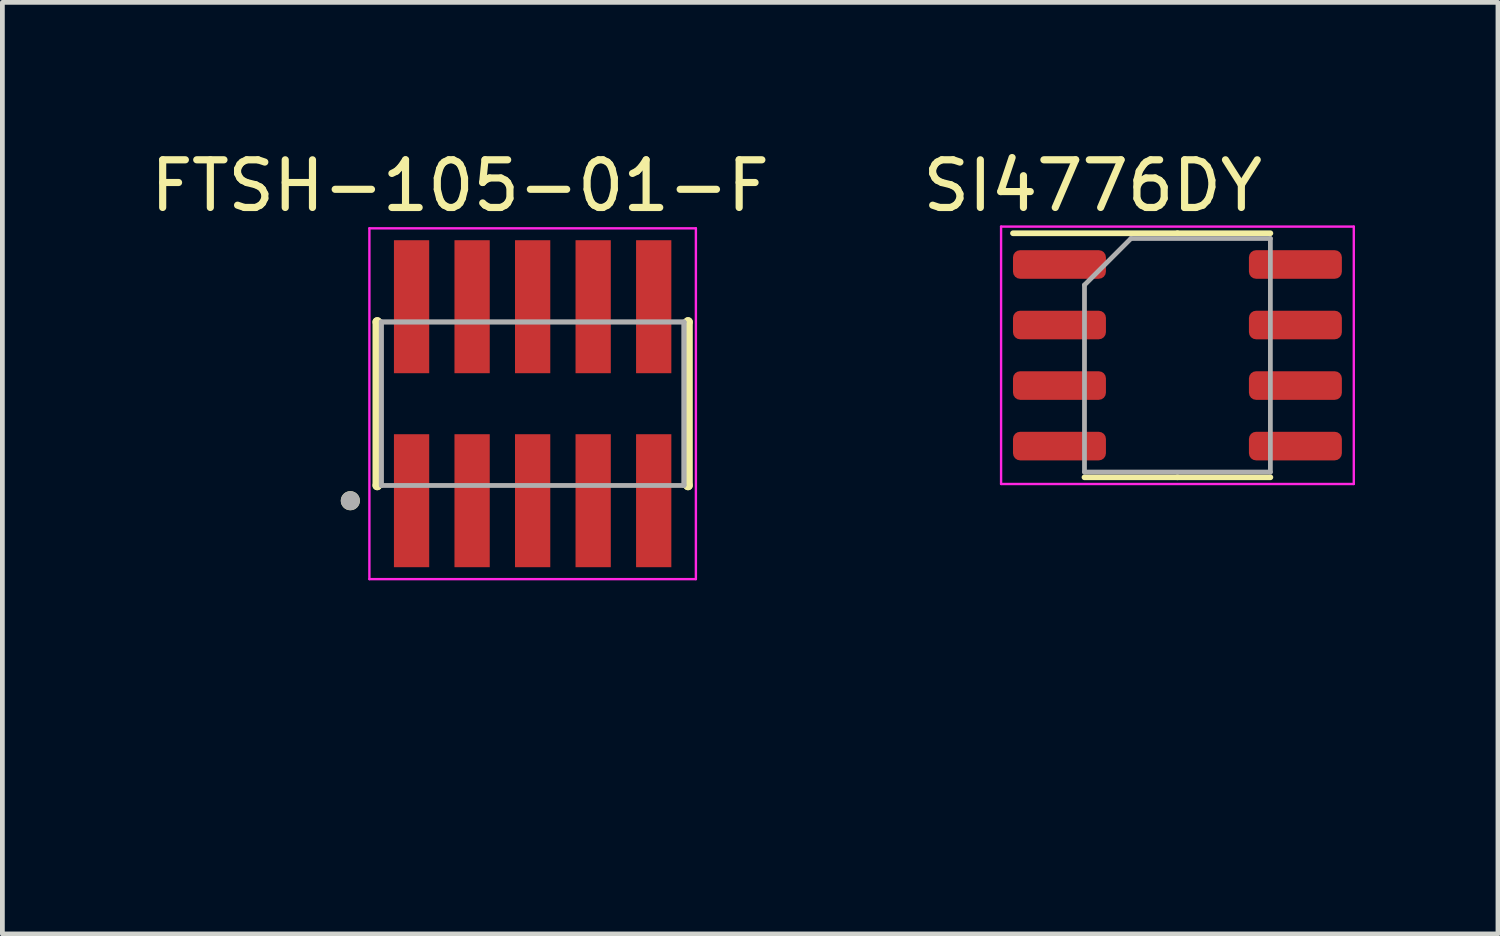
<source format=kicad_pcb>
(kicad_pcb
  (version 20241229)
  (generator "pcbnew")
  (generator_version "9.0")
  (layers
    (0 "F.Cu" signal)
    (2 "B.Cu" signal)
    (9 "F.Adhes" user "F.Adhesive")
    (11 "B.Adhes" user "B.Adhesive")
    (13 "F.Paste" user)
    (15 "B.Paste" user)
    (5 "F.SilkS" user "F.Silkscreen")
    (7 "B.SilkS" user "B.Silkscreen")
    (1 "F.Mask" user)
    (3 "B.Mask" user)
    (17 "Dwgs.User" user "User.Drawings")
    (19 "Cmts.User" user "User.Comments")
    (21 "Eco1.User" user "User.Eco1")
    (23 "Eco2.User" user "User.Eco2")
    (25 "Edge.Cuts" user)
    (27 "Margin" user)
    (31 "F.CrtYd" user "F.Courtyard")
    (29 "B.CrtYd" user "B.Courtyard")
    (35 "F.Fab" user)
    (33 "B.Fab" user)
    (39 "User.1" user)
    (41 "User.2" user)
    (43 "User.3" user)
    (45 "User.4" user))
  (footprint "SI4776DY"
    (layer "F.Cu")
    (at 21.399 8.976)
    (property "Reference" "SI4776DY" (at -1.524 -8.128 0) (layer "F.SilkS") (effects (font (size 1 1) (thickness 0.15))))
    (attr through_hole)
    (fp_line (start 0.254 -7.132) (end -3.196 -7.132) (stroke (width 0.12) (type solid)) (layer "F.SilkS"))
    (fp_line (start 0.254 -7.132) (end 2.204 -7.132) (stroke (width 0.12) (type solid)) (layer "F.SilkS"))
    (fp_line (start 0.254 -2.012) (end -1.696 -2.012) (stroke (width 0.12) (type solid)) (layer "F.SilkS"))
    (fp_line (start 0.254 -2.012) (end 2.204 -2.012) (stroke (width 0.12) (type solid)) (layer "F.SilkS"))
    (fp_line (start -3.446 -7.272) (end -3.446 -1.872) (stroke (width 0.05) (type solid)) (layer "F.CrtYd"))
    (fp_line (start -3.446 -1.872) (end 3.954 -1.872) (stroke (width 0.05) (type solid)) (layer "F.CrtYd"))
    (fp_line (start 3.954 -7.272) (end -3.446 -7.272) (stroke (width 0.05) (type solid)) (layer "F.CrtYd"))
    (fp_line (start 3.954 -1.872) (end 3.954 -7.272) (stroke (width 0.05) (type solid)) (layer "F.CrtYd"))
    (fp_line (start -1.696 -6.047) (end -0.721 -7.022) (stroke (width 0.1) (type solid)) (layer "F.Fab"))
    (fp_line (start -1.696 -2.122) (end -1.696 -6.047) (stroke (width 0.1) (type solid)) (layer "F.Fab"))
    (fp_line (start -0.721 -7.022) (end 2.204 -7.022) (stroke (width 0.1) (type solid)) (layer "F.Fab"))
    (fp_line (start 2.204 -7.022) (end 2.204 -2.122) (stroke (width 0.1) (type solid)) (layer "F.Fab"))
    (fp_line (start 2.204 -2.122) (end -1.696 -2.122) (stroke (width 0.1) (type solid)) (layer "F.Fab"))
    (pad "1" smd roundrect (at 2.729 -6.477) (size 1.95 0.6) (layers "F.Cu" "F.Mask" "F.Paste") (roundrect_rratio 0.25))
    (pad "1" smd roundrect (at 2.729 -5.207) (size 1.95 0.6) (layers "F.Cu" "F.Mask" "F.Paste") (roundrect_rratio 0.25))
    (pad "1" smd roundrect (at 2.729 -3.937) (size 1.95 0.6) (layers "F.Cu" "F.Mask" "F.Paste") (roundrect_rratio 0.25))
    (pad "1" smd roundrect (at 2.729 -2.667) (size 1.95 0.6) (layers "F.Cu" "F.Mask" "F.Paste") (roundrect_rratio 0.25))
    (pad "2" smd roundrect (at -2.221 -2.667) (size 1.95 0.6) (layers "F.Cu" "F.Mask" "F.Paste") (roundrect_rratio 0.25))
    (pad "3" smd roundrect (at -2.221 -6.477) (size 1.95 0.6) (layers "F.Cu" "F.Mask" "F.Paste") (roundrect_rratio 0.25))
    (pad "3" smd roundrect (at -2.221 -5.207) (size 1.95 0.6) (layers "F.Cu" "F.Mask" "F.Paste") (roundrect_rratio 0.25))
    (pad "3" smd roundrect (at -2.221 -3.937) (size 1.95 0.6) (layers "F.Cu" "F.Mask" "F.Paste") (roundrect_rratio 0.25)))
  (footprint "FTSH-105-01-F"
    (layer "F.Cu")
    (at 8.125 13.294)
    (property "Reference" "FTSH-105-01-F" (at -1.524 -12.446 0) (layer "F.SilkS") (effects (font (size 1 1) (thickness 0.15))))
    (attr through_hole)
    (fp_line (start -3.26 -9.589) (end -3.26 -9.589) (stroke (width 0.2) (type solid)) (layer "F.SilkS"))
    (fp_line (start -3.26 -6.159) (end -3.26 -9.589) (stroke (width 0.2) (type solid)) (layer "F.SilkS"))
    (fp_line (start -3.26 -6.159) (end -3.26 -6.159) (stroke (width 0.2) (type solid)) (layer "F.SilkS"))
    (fp_line (start 3.26 -9.589) (end 3.26 -9.589) (stroke (width 0.2) (type solid)) (layer "F.SilkS"))
    (fp_line (start 3.26 -9.589) (end 3.26 -6.159) (stroke (width 0.2) (type solid)) (layer "F.SilkS"))
    (fp_line (start 3.26 -6.159) (end 3.26 -6.159) (stroke (width 0.2) (type solid)) (layer "F.SilkS"))
    (fp_circle (center -3.825 -5.839) (end -3.725 -5.839) (stroke (width 0.2) (type solid)) (fill no) (layer "F.SilkS"))
    (fp_line (start -3.425 -11.554) (end 3.425 -11.554) (stroke (width 0.05) (type solid)) (layer "F.CrtYd"))
    (fp_line (start -3.425 -4.194) (end -3.425 -11.554) (stroke (width 0.05) (type solid)) (layer "F.CrtYd"))
    (fp_line (start 3.425 -11.554) (end 3.425 -4.194) (stroke (width 0.05) (type solid)) (layer "F.CrtYd"))
    (fp_line (start 3.425 -4.194) (end -3.425 -4.194) (stroke (width 0.05) (type solid)) (layer "F.CrtYd"))
    (fp_line (start -3.175 -9.589) (end 3.175 -9.589) (stroke (width 0.1) (type solid)) (layer "F.Fab"))
    (fp_line (start -3.175 -9.589) (end 3.175 -9.589) (stroke (width 0.1) (type solid)) (layer "F.Fab"))
    (fp_line (start -3.175 -6.159) (end -3.175 -9.589) (stroke (width 0.1) (type solid)) (layer "F.Fab"))
    (fp_line (start -3.175 -6.159) (end -3.175 -9.589) (stroke (width 0.1) (type solid)) (layer "F.Fab"))
    (fp_line (start 3.175 -9.589) (end 3.175 -6.159) (stroke (width 0.1) (type solid)) (layer "F.Fab"))
    (fp_line (start 3.175 -9.589) (end 3.175 -6.159) (stroke (width 0.1) (type solid)) (layer "F.Fab"))
    (fp_line (start 3.175 -6.159) (end -3.175 -6.159) (stroke (width 0.1) (type solid)) (layer "F.Fab"))
    (fp_circle (center -3.825 -5.839) (end -3.725 -5.839) (stroke (width 0.2) (type solid)) (fill no) (layer "F.Fab"))
    (pad "1" smd rect (at -2.54 -5.839) (size 0.74 2.79) (layers "F.Cu" "F.Mask" "F.Paste"))
    (pad "2" smd rect (at -2.54 -9.909) (size 0.74 2.79) (layers "F.Cu" "F.Mask" "F.Paste"))
    (pad "3" smd rect (at -1.27 -5.839) (size 0.74 2.79) (layers "F.Cu" "F.Mask" "F.Paste"))
    (pad "4" smd rect (at -1.27 -9.909) (size 0.74 2.79) (layers "F.Cu" "F.Mask" "F.Paste"))
    (pad "5" smd rect (at 0 -5.839) (size 0.74 2.79) (layers "F.Cu" "F.Mask" "F.Paste"))
    (pad "6" smd rect (at 0 -9.909) (size 0.74 2.79) (layers "F.Cu" "F.Mask" "F.Paste"))
    (pad "7" smd rect (at 1.27 -5.839) (size 0.74 2.79) (layers "F.Cu" "F.Mask" "F.Paste"))
    (pad "8" smd rect (at 1.27 -9.909) (size 0.74 2.79) (layers "F.Cu" "F.Mask" "F.Paste"))
    (pad "9" smd rect (at 2.54 -5.839) (size 0.74 2.79) (layers "F.Cu" "F.Mask" "F.Paste"))
    (pad "10" smd rect (at 2.54 -9.909) (size 0.74 2.79) (layers "F.Cu" "F.Mask" "F.Paste")))
  (gr_rect
    (start -3 -3)
    (end 28.378 16.544)
    (stroke (width 0.1) (type default))
    (fill no)
    (layer "Edge.Cuts")))
</source>
